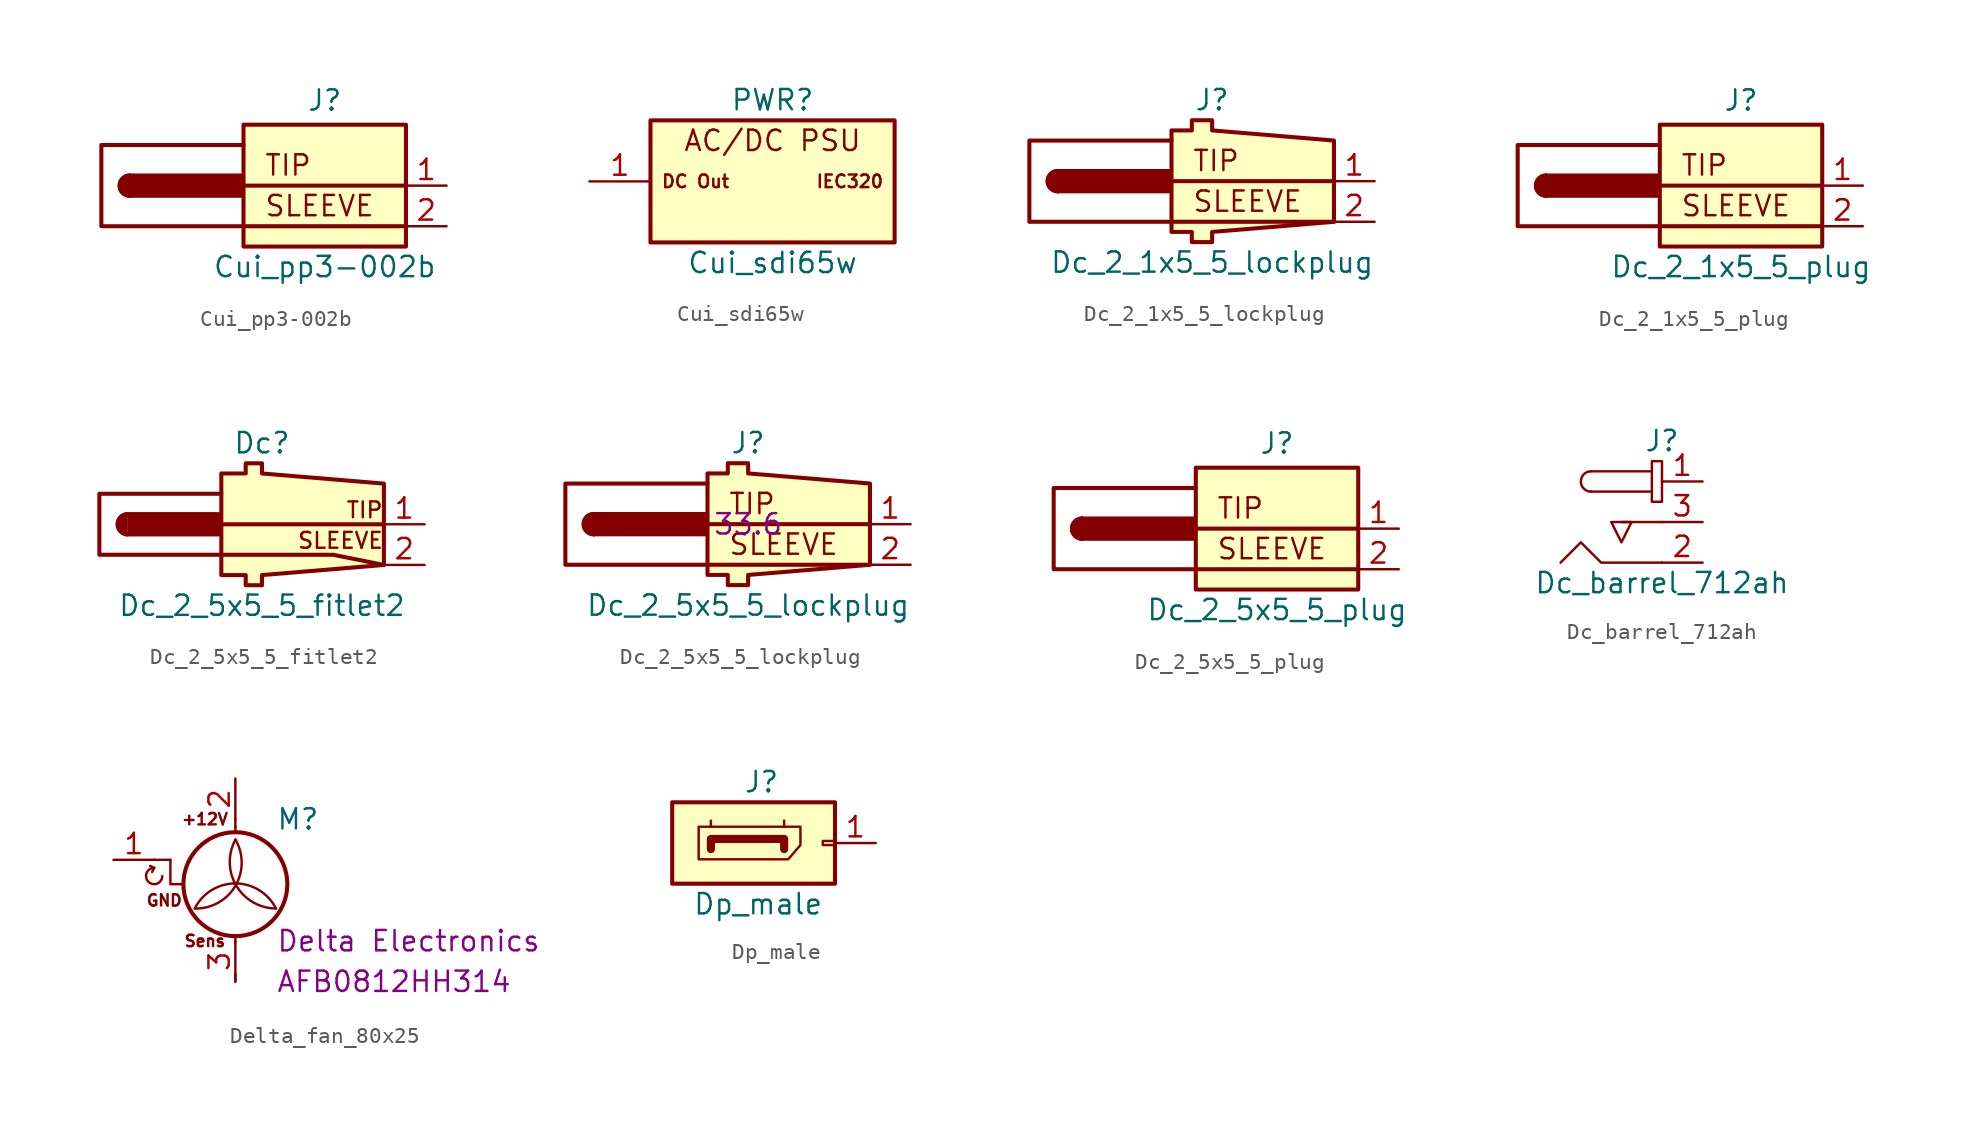
<source format=kicad_sym>
(kicad_symbol_lib
  (version 20211014)
  (generator kicad_symbol_editor)
  (symbol "Cui_pp3-002b"
    (pin_names
      (offset 1.016) hide)
    (property "Reference" "J"
      (at 0 5.334 0)
      (effects (font (size 1.27 1.27))))
    (property "Value" "Cui_pp3-002b"
      (at 0 -5.08 0)
      (effects (font (size 1.27 1.27))))
    (symbol "Cui_pp3-002b_0_0"
      (text "SLEEVE" (at -3.81 -1.27 0) (effects (font (size 1.27 1.27)) (justify left)))
      (text "TIP" (at -3.81 1.27 0) (effects (font (size 1.27 1.27)) (justify left))))
    (symbol "Cui_pp3-002b_0_1"
      (arc (start -12.192 0.635) (mid -12.827 0) (end -12.192 -0.635) (stroke (width 0.254) (type default) (color 0 0 0 0)) (fill (type none)))
      (arc (start -12.192 0.635) (mid -12.827 0) (end -12.192 -0.635) (stroke (width 0.254) (type default) (color 0 0 0 0)) (fill (type outline)))
      (rectangle (start -5.207 0.635) (end -12.192 -0.635) (stroke (width 0.254) (type default) (color 0 0 0 0)) (fill (type outline)))
      (rectangle (start -5.08 3.81) (end 5.08 -3.81) (stroke (width 0.254) (type default) (color 0 0 0 0)) (fill (type background)))
      (polyline (pts (xy 5.08 0) (xy -5.08 0)) (stroke (width 0.254) (type default) (color 0 0 0 0)) (fill (type none)))
      (polyline (pts (xy 5.08 -2.54) (xy -5.08 -2.54) (xy -13.97 -2.54) (xy -13.97 2.54) (xy -5.08 2.54)) (stroke (width 0.254) (type default) (color 0 0 0 0)) (fill (type none))))
    (symbol "Cui_pp3-002b_1_1"
      (pin passive line (at 7.62 0 180) (length 2.54) (name "Tip" (effects (font (size 1.27 1.27)))) (number "1" (effects (font (size 1.27 1.27)))))
      (pin passive line (at 7.62 -2.54 180) (length 2.54) (name "Sleeve" (effects (font (size 1.27 1.27)))) (number "2" (effects (font (size 1.27 1.27)))))))
  (symbol "Cui_sdi65w"
    (pin_names
      (offset 1.016) hide)
    (property "Reference" "PWR"
      (at 0 5.08 0)
      (effects (font (size 1.27 1.27))))
    (property "Value" "Cui_sdi65w"
      (at 0 -5.08 0)
      (effects (font (size 1.27 1.27))))
    (symbol "Cui_sdi65w_0_0"
      (text "AC/DC PSU" (at 0 2.54 0) (effects (font (size 1.27 1.27)))))
    (symbol "Cui_sdi65w_0_1"
      (rectangle (start 7.62 3.81) (end -7.62 -3.81) (stroke (width 0.254) (type default) (color 0 0 0 0)) (fill (type background))))
    (symbol "Cui_sdi65w_1_1"
      (text "DC Out" (at -6.985 0 0) (effects (font (size 0.787 0.787)) (justify left)))
      (text "IEC320" (at 6.985 0 0) (effects (font (size 0.787 0.787)) (justify right)))
      (pin passive line (at -11.43 0 0) (length 3.81) (name "pin_1" (effects (font (size 1.27 1.27)))) (number "1" (effects (font (size 1.27 1.27)))))))
  (symbol "Dc_2_1x5_5_lockplug"
    (pin_names
      (offset 1.016) hide)
    (property "Reference" "J"
      (at 0 5.08 0)
      (effects (font (size 1.27 1.27))))
    (property "Value" "Dc_2_1x5_5_lockplug"
      (at 0 -5.08 0)
      (effects (font (size 1.27 1.27))))
    (symbol "Dc_2_1x5_5_lockplug_0_0"
      (text "SLEEVE" (at -1.27 -1.27 0) (effects (font (size 1.27 1.27)) (justify left)))
      (text "TIP" (at -1.27 1.27 0) (effects (font (size 1.27 1.27)) (justify left))))
    (symbol "Dc_2_1x5_5_lockplug_0_1"
      (arc (start -9.652 0.635) (mid -10.287 0) (end -9.652 -0.635) (stroke (width 0.254) (type default) (color 0 0 0 0)) (fill (type none)))
      (arc (start -9.652 0.635) (mid -10.287 0) (end -9.652 -0.635) (stroke (width 0.254) (type default) (color 0 0 0 0)) (fill (type outline)))
      (rectangle (start -2.667 0.635) (end -9.652 -0.635) (stroke (width 0.254) (type default) (color 0 0 0 0)) (fill (type outline)))
      (polyline (pts (xy 7.62 0) (xy -2.54 0)) (stroke (width 0.254) (type default) (color 0 0 0 0)) (fill (type none)))
      (polyline (pts (xy 7.62 -2.54) (xy -2.54 -2.54) (xy -11.43 -2.54) (xy -11.43 2.54) (xy -2.54 2.54)) (stroke (width 0.254) (type default) (color 0 0 0 0)) (fill (type none)))
      (polyline (pts (xy 0 -3.175) (xy 7.62 -2.54) (xy 7.62 2.54) (xy 0 3.175) (xy 0 3.81) (xy -1.27 3.81) (xy -1.27 3.175) (xy -2.54 3.175) (xy -2.54 -3.175) (xy -1.27 -3.175) (xy -1.27 -3.81) (xy 0 -3.81) (xy 0 -3.175)) (stroke (width 0.254) (type default) (color 0 0 0 0)) (fill (type background))))
    (symbol "Dc_2_1x5_5_lockplug_1_1"
      (pin passive line (at 10.16 0 180) (length 2.54) (name "Tip" (effects (font (size 1.27 1.27)))) (number "1" (effects (font (size 1.27 1.27)))))
      (pin passive line (at 10.16 -2.54 180) (length 2.54) (name "Sleeve" (effects (font (size 1.27 1.27)))) (number "2" (effects (font (size 1.27 1.27)))))))
  (symbol "Dc_2_1x5_5_plug"
    (pin_names
      (offset 1.016) hide)
    (property "Reference" "J"
      (at 0 5.334 0)
      (effects (font (size 1.27 1.27))))
    (property "Value" "Dc_2_1x5_5_plug"
      (at 0 -5.08 0)
      (effects (font (size 1.27 1.27))))
    (symbol "Dc_2_1x5_5_plug_0_0"
      (text "SLEEVE" (at -3.81 -1.27 0) (effects (font (size 1.27 1.27)) (justify left)))
      (text "TIP" (at -3.81 1.27 0) (effects (font (size 1.27 1.27)) (justify left))))
    (symbol "Dc_2_1x5_5_plug_0_1"
      (arc (start -12.192 0.635) (mid -12.827 0) (end -12.192 -0.635) (stroke (width 0.254) (type default) (color 0 0 0 0)) (fill (type none)))
      (arc (start -12.192 0.635) (mid -12.827 0) (end -12.192 -0.635) (stroke (width 0.254) (type default) (color 0 0 0 0)) (fill (type outline)))
      (rectangle (start -5.207 0.635) (end -12.192 -0.635) (stroke (width 0.254) (type default) (color 0 0 0 0)) (fill (type outline)))
      (rectangle (start -5.08 3.81) (end 5.08 -3.81) (stroke (width 0.254) (type default) (color 0 0 0 0)) (fill (type background)))
      (polyline (pts (xy 5.08 0) (xy -5.08 0)) (stroke (width 0.254) (type default) (color 0 0 0 0)) (fill (type none)))
      (polyline (pts (xy 5.08 -2.54) (xy -5.08 -2.54) (xy -13.97 -2.54) (xy -13.97 2.54) (xy -5.08 2.54)) (stroke (width 0.254) (type default) (color 0 0 0 0)) (fill (type none))))
    (symbol "Dc_2_1x5_5_plug_1_1"
      (pin passive line (at 7.62 0 180) (length 2.54) (name "Tip" (effects (font (size 1.27 1.27)))) (number "1" (effects (font (size 1.27 1.27)))))
      (pin passive line (at 7.62 -2.54 180) (length 2.54) (name "Sleeve" (effects (font (size 1.27 1.27)))) (number "2" (effects (font (size 1.27 1.27)))))))
  (symbol "Dc_2_5x5_5_fitlet2"
    (pin_names
      (offset 1.016) hide)
    (property "Reference" "Dc"
      (at 0 5.08 0)
      (effects (font (size 1.27 1.27))))
    (property "Value" "Dc_2_5x5_5_fitlet2"
      (at 0 -5.08 0)
      (effects (font (size 1.27 1.27))))
    (symbol "Dc_2_5x5_5_fitlet2_0_0"
      (text "SLEEVE" (at 2.159 -1.016 0) (effects (font (size 0.991 0.991)) (justify left)))
      (text "TIP" (at 5.207 0.889 0) (effects (font (size 0.991 0.991)) (justify left))))
    (symbol "Dc_2_5x5_5_fitlet2_0_1"
      (arc (start -8.382 0.635) (mid -9.017 0) (end -8.382 -0.635) (stroke (width 0.254) (type default) (color 0 0 0 0)) (fill (type none)))
      (arc (start -8.382 0.635) (mid -9.017 0) (end -8.382 -0.635) (stroke (width 0.254) (type default) (color 0 0 0 0)) (fill (type outline)))
      (rectangle (start -2.667 0.635) (end -8.255 -0.635) (stroke (width 0.254) (type default) (color 0 0 0 0)) (fill (type outline)))
      (polyline (pts (xy 7.62 0) (xy -2.54 0)) (stroke (width 0.254) (type default) (color 0 0 0 0)) (fill (type none)))
      (polyline (pts (xy 7.62 -2.54) (xy 4.445 -1.905) (xy -10.16 -1.905) (xy -10.16 1.905) (xy -2.54 1.905)) (stroke (width 0.254) (type default) (color 0 0 0 0)) (fill (type none)))
      (polyline (pts (xy 0 -3.175) (xy 7.62 -2.54) (xy 7.62 2.54) (xy 0 3.175) (xy 0 3.81) (xy -1.016 3.81) (xy -1.016 3.175) (xy -2.54 3.175) (xy -2.54 -3.175) (xy -1.016 -3.175) (xy -1.016 -3.81) (xy 0 -3.81) (xy 0 -3.175)) (stroke (width 0.254) (type default) (color 0 0 0 0)) (fill (type background))))
    (symbol "Dc_2_5x5_5_fitlet2_1_1"
      (pin passive line (at 10.16 0 180) (length 2.54) (name "Tip" (effects (font (size 1.27 1.27)))) (number "1" (effects (font (size 1.27 1.27)))))
      (pin passive line (at 10.16 -2.54 180) (length 2.54) (name "Sleeve" (effects (font (size 1.27 1.27)))) (number "2" (effects (font (size 1.27 1.27)))))))
  (symbol "Dc_2_5x5_5_lockplug"
    (pin_names
      (offset 1.016) hide)
    (property "Reference" "J"
      (at 0 5.08 0)
      (effects (font (size 1.27 1.27))))
    (property "Value" "Dc_2_5x5_5_lockplug"
      (at 0 -5.08 0)
      (effects (font (size 1.27 1.27))))
    (property "Internal_len" "33.6"
      (at 0 0 0)
      (effects (font (size 1.27 1.27))))
    (symbol "Dc_2_5x5_5_lockplug_0_0"
      (text "SLEEVE" (at -1.27 -1.27 0) (effects (font (size 1.27 1.27)) (justify left)))
      (text "TIP" (at -1.27 1.27 0) (effects (font (size 1.27 1.27)) (justify left))))
    (symbol "Dc_2_5x5_5_lockplug_0_1"
      (arc (start -9.652 0.635) (mid -10.287 0) (end -9.652 -0.635) (stroke (width 0.254) (type default) (color 0 0 0 0)) (fill (type none)))
      (arc (start -9.652 0.635) (mid -10.287 0) (end -9.652 -0.635) (stroke (width 0.254) (type default) (color 0 0 0 0)) (fill (type outline)))
      (rectangle (start -2.667 0.635) (end -9.652 -0.635) (stroke (width 0.254) (type default) (color 0 0 0 0)) (fill (type outline)))
      (polyline (pts (xy 7.62 0) (xy -2.54 0)) (stroke (width 0.254) (type default) (color 0 0 0 0)) (fill (type none)))
      (polyline (pts (xy 7.62 -2.54) (xy -2.54 -2.54) (xy -11.43 -2.54) (xy -11.43 2.54) (xy -2.54 2.54)) (stroke (width 0.254) (type default) (color 0 0 0 0)) (fill (type none)))
      (polyline (pts (xy 0 -3.175) (xy 7.62 -2.54) (xy 7.62 2.54) (xy 0 3.175) (xy 0 3.81) (xy -1.27 3.81) (xy -1.27 3.175) (xy -2.54 3.175) (xy -2.54 -3.175) (xy -1.27 -3.175) (xy -1.27 -3.81) (xy 0 -3.81) (xy 0 -3.175)) (stroke (width 0.254) (type default) (color 0 0 0 0)) (fill (type background))))
    (symbol "Dc_2_5x5_5_lockplug_1_1"
      (pin passive line (at 10.16 0 180) (length 2.54) (name "Tip" (effects (font (size 1.27 1.27)))) (number "1" (effects (font (size 1.27 1.27)))))
      (pin passive line (at 10.16 -2.54 180) (length 2.54) (name "Sleeve" (effects (font (size 1.27 1.27)))) (number "2" (effects (font (size 1.27 1.27)))))))
  (symbol "Dc_2_5x5_5_plug"
    (pin_names
      (offset 1.016) hide)
    (property "Reference" "J"
      (at 0 5.334 0)
      (effects (font (size 1.27 1.27))))
    (property "Value" "Dc_2_5x5_5_plug"
      (at 0 -5.08 0)
      (effects (font (size 1.27 1.27))))
    (symbol "Dc_2_5x5_5_plug_0_0"
      (text "SLEEVE" (at -3.81 -1.27 0) (effects (font (size 1.27 1.27)) (justify left)))
      (text "TIP" (at -3.81 1.27 0) (effects (font (size 1.27 1.27)) (justify left))))
    (symbol "Dc_2_5x5_5_plug_0_1"
      (arc (start -12.192 0.635) (mid -12.827 0) (end -12.192 -0.635) (stroke (width 0.254) (type default) (color 0 0 0 0)) (fill (type none)))
      (arc (start -12.192 0.635) (mid -12.827 0) (end -12.192 -0.635) (stroke (width 0.254) (type default) (color 0 0 0 0)) (fill (type outline)))
      (rectangle (start -5.207 0.635) (end -12.192 -0.635) (stroke (width 0.254) (type default) (color 0 0 0 0)) (fill (type outline)))
      (rectangle (start -5.08 3.81) (end 5.08 -3.81) (stroke (width 0.254) (type default) (color 0 0 0 0)) (fill (type background)))
      (polyline (pts (xy 5.08 0) (xy -5.08 0)) (stroke (width 0.254) (type default) (color 0 0 0 0)) (fill (type none)))
      (polyline (pts (xy 5.08 -2.54) (xy -5.08 -2.54) (xy -13.97 -2.54) (xy -13.97 2.54) (xy -5.08 2.54)) (stroke (width 0.254) (type default) (color 0 0 0 0)) (fill (type none))))
    (symbol "Dc_2_5x5_5_plug_1_1"
      (pin passive line (at 7.62 0 180) (length 2.54) (name "Tip" (effects (font (size 1.27 1.27)))) (number "1" (effects (font (size 1.27 1.27)))))
      (pin passive line (at 7.62 -2.54 180) (length 2.54) (name "Sleeve" (effects (font (size 1.27 1.27)))) (number "2" (effects (font (size 1.27 1.27)))))))
  (symbol "Dc_barrel_712ah"
    (pin_names
      (offset 1.016) hide)
    (property "Reference" "J"
      (at 0 2.54 0)
      (effects (font (size 1.27 1.27))))
    (property "Value" "Dc_barrel_712ah"
      (at 0 -6.35 0)
      (effects (font (size 1.27 1.27))))
    (symbol "Dc_barrel_712ah_0_1"
      (arc (start -4.445 0.635) (mid -5.08 0) (end -4.445 -0.635) (stroke (width 0) (type default) (color 0 0 0 0)) (fill (type none)))
      (rectangle (start -0.635 1.27) (end 0 -1.27) (stroke (width 0) (type default) (color 0 0 0 0)) (fill (type none)))
      (polyline (pts (xy -0.635 -0.635) (xy -4.445 -0.635)) (stroke (width 0) (type default) (color 0 0 0 0)) (fill (type none)))
      (polyline (pts (xy -0.635 0.635) (xy -4.445 0.635)) (stroke (width 0) (type default) (color 0 0 0 0)) (fill (type none)))
      (polyline (pts (xy 0 -2.54) (xy -1.27 -2.54) (xy -2.54 -2.54)) (stroke (width 0) (type default) (color 0 0 0 0)) (fill (type none)))
      (polyline (pts (xy 0 -5.08) (xy -3.81 -5.08) (xy -5.08 -3.81) (xy -6.35 -5.08)) (stroke (width 0) (type default) (color 0 0 0 0)) (fill (type none)))
      (polyline (pts (xy -2.54 -2.54) (xy -3.175 -2.54) (xy -2.54 -3.81) (xy -1.905 -2.54) (xy -2.54 -2.54)) (stroke (width 0) (type default) (color 0 0 0 0)) (fill (type none))))
    (symbol "Dc_barrel_712ah_1_1"
      (pin passive line (at 2.54 0 180) (length 2.54) (name "Center" (effects (font (size 1.27 1.27)))) (number "1" (effects (font (size 1.27 1.27)))))
      (pin passive line (at 2.54 -5.08 180) (length 2.54) (name "Sleeve" (effects (font (size 1.27 1.27)))) (number "2" (effects (font (size 1.27 1.27)))))
      (pin passive line (at 2.54 -2.54 180) (length 2.54) (name "Shunt" (effects (font (size 1.27 1.27)))) (number "3" (effects (font (size 1.27 1.27)))))))
  (symbol "Delta_fan_80x25"
    (pin_names
      (offset 0) hide)
    (property "Reference" "M"
      (at 2.54 2.54 0)
      (effects (font (size 1.27 1.27)) (justify left)))
    (property "Vendor" "Delta Electronics"
      (at 2.54 -5.08 0)
      (effects (font (size 1.27 1.27)) (justify left)))
    (property "Vendor_pn" "AFB0812HH314"
      (at 2.54 -7.62 0)
      (effects (font (size 1.27 1.27)) (justify left)))
    (symbol "Delta_fan_80x25_0_0"
      (arc (start -5.588 -1.016) (mid -5.08 -1.524) (end -4.572 -1.016) (stroke (width 0) (type default) (color 0 0 0 0)) (fill (type none)))
      (arc (start -5.08 -0.508) (mid -5.4392 -0.6568) (end -5.588 -1.016) (stroke (width 0) (type default) (color 0 0 0 0)) (fill (type none)))
      (polyline (pts (xy -5.08 -0.508) (xy -5.334 -0.381)) (stroke (width 0) (type default) (color 0 0 0 0)) (fill (type none)))
      (polyline (pts (xy -5.08 -0.508) (xy -5.207 -0.762)) (stroke (width 0) (type default) (color 0 0 0 0)) (fill (type none)))
      (polyline (pts (xy -4.064 0) (xy -4.064 -1.524) (xy -3.302 -1.524)) (stroke (width 0) (type default) (color 0 0 0 0)) (fill (type none)))
      (text "GND" (at -4.445 -2.54 0) (effects (font (size 0.711 0.711)))))
    (symbol "Delta_fan_80x25_0_1"
      (arc (start -2.54 -3.048) (mid -0.0014 -1.6352) (end 0 1.27) (stroke (width 0) (type default) (color 0 0 0 0)) (fill (type none)))
      (circle (center 0 -1.524) (radius 3.251) (stroke (width 0.254) (type default) (color 0 0 0 0)) (fill (type none)))
      (polyline (pts (xy -4.064 0) (xy -5.08 0)) (stroke (width 0) (type default) (color 0 0 0 0)) (fill (type none)))
      (polyline (pts (xy 0 -7.62) (xy 0 -7.112)) (stroke (width 0) (type default) (color 0 0 0 0)) (fill (type none)))
      (polyline (pts (xy 0 -4.775) (xy 0 -5.182)) (stroke (width 0) (type default) (color 0 0 0 0)) (fill (type none)))
      (polyline (pts (xy 0 1.727) (xy 0 2.083)) (stroke (width 0) (type default) (color 0 0 0 0)) (fill (type none)))
      (polyline (pts (xy 0 2.032) (xy 0 2.54)) (stroke (width 0) (type default) (color 0 0 0 0)) (fill (type none)))
      (arc (start 0 1.27) (mid 0.0468 -1.6085) (end 2.54 -3.048) (stroke (width 0) (type default) (color 0 0 0 0)) (fill (type none)))
      (arc (start 2.54 -3.048) (mid 0 -1.4782) (end -2.54 -3.048) (stroke (width 0) (type default) (color 0 0 0 0)) (fill (type none))))
    (symbol "Delta_fan_80x25_1_1"
      (text "+12V" (at -1.905 2.54 0) (effects (font (size 0.711 0.711))))
      (text "Sens" (at -1.905 -5.08 0) (effects (font (size 0.711 0.711))))
      (pin passive line (at -7.62 0 0) (length 2.54) (name "Gnd" (effects (font (size 1.27 1.27)))) (number "1" (effects (font (size 1.27 1.27)))))
      (pin passive line (at 0 5.08 270) (length 2.54) (name "Pos" (effects (font (size 1.27 1.27)))) (number "2" (effects (font (size 1.27 1.27)))))
      (pin passive line (at 0 -7.62 90) (length 2.54) (name "Sensor" (effects (font (size 1.27 1.27)))) (number "3" (effects (font (size 1.27 1.27)))))))
  (symbol "Dp_male"
    (pin_names
      (offset 1.016) hide)
    (property "Reference" "J"
      (at -5.715 3.81 0)
      (effects (font (size 1.27 1.27)) (justify left)))
    (property "Value" "Dp_male"
      (at -8.89 -3.81 0)
      (effects (font (size 1.27 1.27)) (justify left)))
    (symbol "Dp_male_0_0"
      (polyline (pts (xy -7.747 1.397) (xy -7.747 1.016)) (stroke (width 0) (type default) (color 0 0 0 0)) (fill (type none)))
      (polyline (pts (xy -3.175 1.397) (xy -3.175 1.016)) (stroke (width 0) (type default) (color 0 0 0 0)) (fill (type none)))
      (polyline (pts (xy -7.747 -0.381) (xy -7.747 0.254) (xy -3.175 0.254) (xy -3.175 -0.381)) (stroke (width 0.508) (type default) (color 0 0 0 0)) (fill (type none)))
      (polyline (pts (xy -8.509 -1.016) (xy -8.509 1.016) (xy -2.159 1.016) (xy -2.159 -0.127) (xy -2.921 -1.016) (xy -8.509 -1.016)) (stroke (width 0) (type default) (color 0 0 0 0)) (fill (type none))))
    (symbol "Dp_male_0_1"
      (rectangle (start -10.16 -2.54) (end 0 2.54) (stroke (width 0.254) (type default) (color 0 0 0 0)) (fill (type background)))
      (rectangle (start 0 -0.127) (end -0.762 0.127) (stroke (width 0) (type default) (color 0 0 0 0)) (fill (type none))))
    (symbol "Dp_male_1_1"
      (pin passive line (at 2.54 0 180) (length 2.54) (name "Pin_1" (effects (font (size 1.27 1.27)))) (number "1" (effects (font (size 1.27 1.27))))))))
</source>
